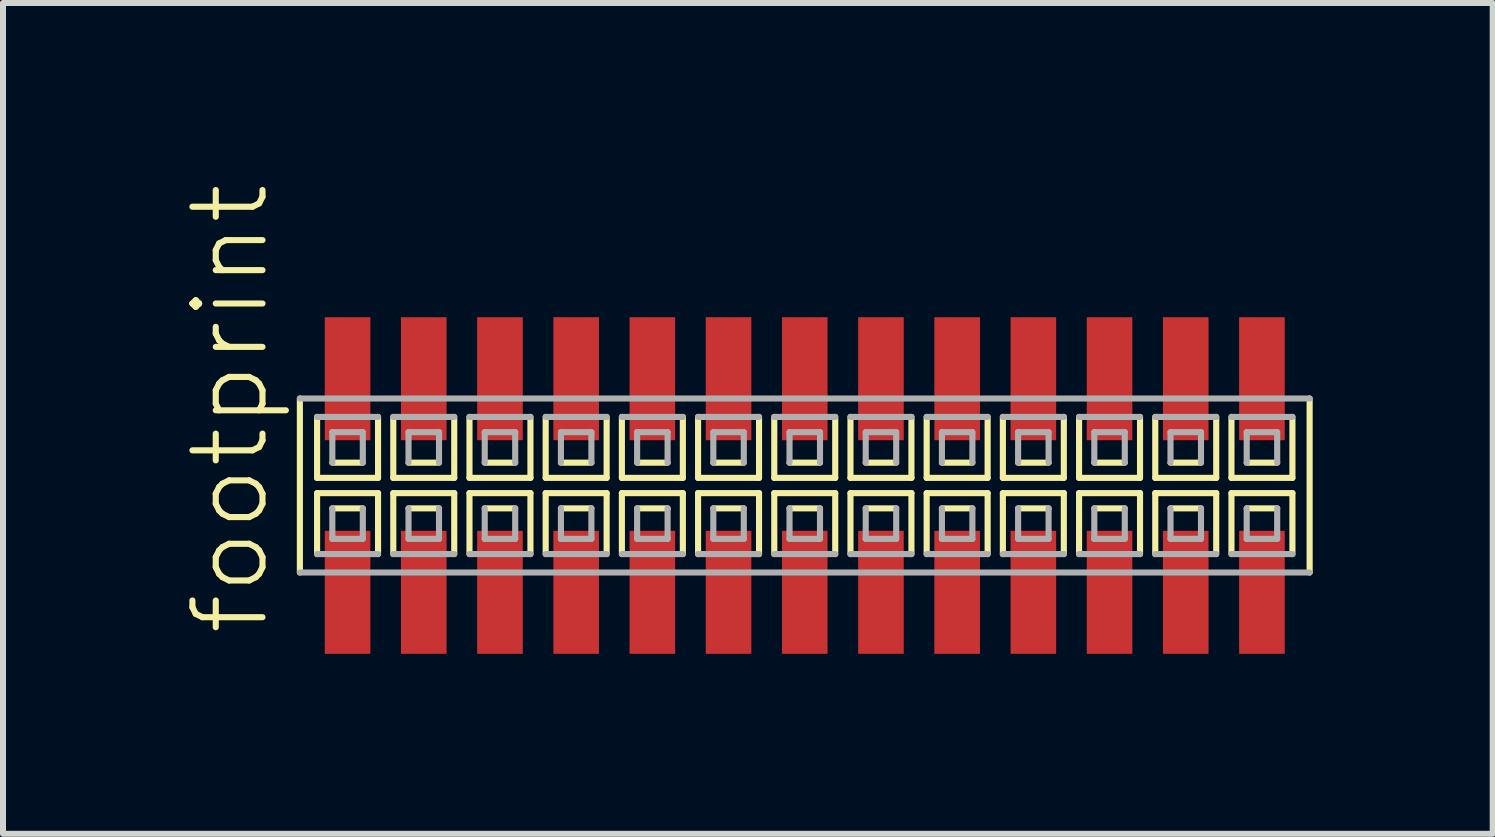
<source format=kicad_pcb>
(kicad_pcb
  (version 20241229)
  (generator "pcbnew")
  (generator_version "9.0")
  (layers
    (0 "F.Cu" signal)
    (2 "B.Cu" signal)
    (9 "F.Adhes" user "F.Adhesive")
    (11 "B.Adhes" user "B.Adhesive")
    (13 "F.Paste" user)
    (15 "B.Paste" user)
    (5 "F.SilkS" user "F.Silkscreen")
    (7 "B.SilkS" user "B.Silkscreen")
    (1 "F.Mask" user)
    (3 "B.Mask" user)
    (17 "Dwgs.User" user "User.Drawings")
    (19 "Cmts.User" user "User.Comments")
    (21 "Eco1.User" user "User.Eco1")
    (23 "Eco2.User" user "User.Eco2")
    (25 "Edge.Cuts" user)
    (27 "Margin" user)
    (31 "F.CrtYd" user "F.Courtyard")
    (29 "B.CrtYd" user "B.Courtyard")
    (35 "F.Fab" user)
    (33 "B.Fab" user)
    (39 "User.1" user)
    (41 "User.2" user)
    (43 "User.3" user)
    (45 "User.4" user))
  (footprint "footprint"
    (layer "F.Cu")
    (at 10.363 5.042)
    (property "Reference" "footprint" (at -8.89 2.54 90) (layer "F.SilkS") (effects (font (size 1.168 1.168) (thickness 0.102)) (justify left bottom)))
    (fp_line (start -8.415 -1.45) (end -8.415 1.45) (stroke (width 0.102) (type solid)) (layer "F.SilkS"))
    (fp_line (start -8.128 -1.143) (end -8.128 -0.127) (stroke (width 0.102) (type solid)) (layer "F.SilkS"))
    (fp_line (start -8.128 -0.127) (end -7.112 -0.127) (stroke (width 0.102) (type solid)) (layer "F.SilkS"))
    (fp_line (start -8.128 0.127) (end -8.128 1.143) (stroke (width 0.102) (type solid)) (layer "F.SilkS"))
    (fp_line (start -7.874 -0.381) (end -7.366 -0.381) (stroke (width 0.102) (type solid)) (layer "F.SilkS"))
    (fp_line (start -7.366 0.381) (end -7.874 0.381) (stroke (width 0.102) (type solid)) (layer "F.SilkS"))
    (fp_line (start -7.112 -0.127) (end -7.112 -1.143) (stroke (width 0.102) (type solid)) (layer "F.SilkS"))
    (fp_line (start -7.112 0.127) (end -8.128 0.127) (stroke (width 0.102) (type solid)) (layer "F.SilkS"))
    (fp_line (start -7.112 1.143) (end -7.112 0.127) (stroke (width 0.102) (type solid)) (layer "F.SilkS"))
    (fp_line (start -6.858 -1.143) (end -6.858 -0.127) (stroke (width 0.102) (type solid)) (layer "F.SilkS"))
    (fp_line (start -6.858 -0.127) (end -5.842 -0.127) (stroke (width 0.102) (type solid)) (layer "F.SilkS"))
    (fp_line (start -6.858 0.127) (end -6.858 1.143) (stroke (width 0.102) (type solid)) (layer "F.SilkS"))
    (fp_line (start -6.604 -0.381) (end -6.096 -0.381) (stroke (width 0.102) (type solid)) (layer "F.SilkS"))
    (fp_line (start -6.096 0.381) (end -6.604 0.381) (stroke (width 0.102) (type solid)) (layer "F.SilkS"))
    (fp_line (start -5.842 -0.127) (end -5.842 -1.143) (stroke (width 0.102) (type solid)) (layer "F.SilkS"))
    (fp_line (start -5.842 0.127) (end -6.858 0.127) (stroke (width 0.102) (type solid)) (layer "F.SilkS"))
    (fp_line (start -5.842 1.143) (end -5.842 0.127) (stroke (width 0.102) (type solid)) (layer "F.SilkS"))
    (fp_line (start -5.588 -1.143) (end -5.588 -0.127) (stroke (width 0.102) (type solid)) (layer "F.SilkS"))
    (fp_line (start -5.588 -0.127) (end -4.572 -0.127) (stroke (width 0.102) (type solid)) (layer "F.SilkS"))
    (fp_line (start -5.588 0.127) (end -5.588 1.143) (stroke (width 0.102) (type solid)) (layer "F.SilkS"))
    (fp_line (start -5.334 -0.381) (end -4.826 -0.381) (stroke (width 0.102) (type solid)) (layer "F.SilkS"))
    (fp_line (start -4.826 0.381) (end -5.334 0.381) (stroke (width 0.102) (type solid)) (layer "F.SilkS"))
    (fp_line (start -4.572 -0.127) (end -4.572 -1.143) (stroke (width 0.102) (type solid)) (layer "F.SilkS"))
    (fp_line (start -4.572 0.127) (end -5.588 0.127) (stroke (width 0.102) (type solid)) (layer "F.SilkS"))
    (fp_line (start -4.572 1.143) (end -4.572 0.127) (stroke (width 0.102) (type solid)) (layer "F.SilkS"))
    (fp_line (start -4.318 -1.143) (end -4.318 -0.127) (stroke (width 0.102) (type solid)) (layer "F.SilkS"))
    (fp_line (start -4.318 -0.127) (end -3.302 -0.127) (stroke (width 0.102) (type solid)) (layer "F.SilkS"))
    (fp_line (start -4.318 0.127) (end -4.318 1.143) (stroke (width 0.102) (type solid)) (layer "F.SilkS"))
    (fp_line (start -4.064 -0.381) (end -3.556 -0.381) (stroke (width 0.102) (type solid)) (layer "F.SilkS"))
    (fp_line (start -3.556 0.381) (end -4.064 0.381) (stroke (width 0.102) (type solid)) (layer "F.SilkS"))
    (fp_line (start -3.302 -0.127) (end -3.302 -1.143) (stroke (width 0.102) (type solid)) (layer "F.SilkS"))
    (fp_line (start -3.302 0.127) (end -4.318 0.127) (stroke (width 0.102) (type solid)) (layer "F.SilkS"))
    (fp_line (start -3.302 1.143) (end -3.302 0.127) (stroke (width 0.102) (type solid)) (layer "F.SilkS"))
    (fp_line (start -3.048 -1.143) (end -3.048 -0.127) (stroke (width 0.102) (type solid)) (layer "F.SilkS"))
    (fp_line (start -3.048 -0.127) (end -2.032 -0.127) (stroke (width 0.102) (type solid)) (layer "F.SilkS"))
    (fp_line (start -3.048 0.127) (end -3.048 1.143) (stroke (width 0.102) (type solid)) (layer "F.SilkS"))
    (fp_line (start -2.794 -0.381) (end -2.286 -0.381) (stroke (width 0.102) (type solid)) (layer "F.SilkS"))
    (fp_line (start -2.286 0.381) (end -2.794 0.381) (stroke (width 0.102) (type solid)) (layer "F.SilkS"))
    (fp_line (start -2.032 -0.127) (end -2.032 -1.143) (stroke (width 0.102) (type solid)) (layer "F.SilkS"))
    (fp_line (start -2.032 0.127) (end -3.048 0.127) (stroke (width 0.102) (type solid)) (layer "F.SilkS"))
    (fp_line (start -2.032 1.143) (end -2.032 0.127) (stroke (width 0.102) (type solid)) (layer "F.SilkS"))
    (fp_line (start -1.778 -1.143) (end -1.778 -0.127) (stroke (width 0.102) (type solid)) (layer "F.SilkS"))
    (fp_line (start -1.778 -0.127) (end -0.762 -0.127) (stroke (width 0.102) (type solid)) (layer "F.SilkS"))
    (fp_line (start -1.778 0.127) (end -1.778 1.143) (stroke (width 0.102) (type solid)) (layer "F.SilkS"))
    (fp_line (start -1.524 -0.381) (end -1.016 -0.381) (stroke (width 0.102) (type solid)) (layer "F.SilkS"))
    (fp_line (start -1.016 0.381) (end -1.524 0.381) (stroke (width 0.102) (type solid)) (layer "F.SilkS"))
    (fp_line (start -0.762 -0.127) (end -0.762 -1.143) (stroke (width 0.102) (type solid)) (layer "F.SilkS"))
    (fp_line (start -0.762 0.127) (end -1.778 0.127) (stroke (width 0.102) (type solid)) (layer "F.SilkS"))
    (fp_line (start -0.762 1.143) (end -0.762 0.127) (stroke (width 0.102) (type solid)) (layer "F.SilkS"))
    (fp_line (start -0.508 -1.143) (end -0.508 -0.127) (stroke (width 0.102) (type solid)) (layer "F.SilkS"))
    (fp_line (start -0.508 -0.127) (end 0.508 -0.127) (stroke (width 0.102) (type solid)) (layer "F.SilkS"))
    (fp_line (start -0.508 0.127) (end -0.508 1.143) (stroke (width 0.102) (type solid)) (layer "F.SilkS"))
    (fp_line (start -0.254 -0.381) (end 0.254 -0.381) (stroke (width 0.102) (type solid)) (layer "F.SilkS"))
    (fp_line (start 0.254 0.381) (end -0.254 0.381) (stroke (width 0.102) (type solid)) (layer "F.SilkS"))
    (fp_line (start 0.508 -0.127) (end 0.508 -1.143) (stroke (width 0.102) (type solid)) (layer "F.SilkS"))
    (fp_line (start 0.508 0.127) (end -0.508 0.127) (stroke (width 0.102) (type solid)) (layer "F.SilkS"))
    (fp_line (start 0.508 1.143) (end 0.508 0.127) (stroke (width 0.102) (type solid)) (layer "F.SilkS"))
    (fp_line (start 0.762 -1.143) (end 0.762 -0.127) (stroke (width 0.102) (type solid)) (layer "F.SilkS"))
    (fp_line (start 0.762 -0.127) (end 1.778 -0.127) (stroke (width 0.102) (type solid)) (layer "F.SilkS"))
    (fp_line (start 0.762 0.127) (end 0.762 1.143) (stroke (width 0.102) (type solid)) (layer "F.SilkS"))
    (fp_line (start 1.016 -0.381) (end 1.524 -0.381) (stroke (width 0.102) (type solid)) (layer "F.SilkS"))
    (fp_line (start 1.524 0.381) (end 1.016 0.381) (stroke (width 0.102) (type solid)) (layer "F.SilkS"))
    (fp_line (start 1.778 -0.127) (end 1.778 -1.143) (stroke (width 0.102) (type solid)) (layer "F.SilkS"))
    (fp_line (start 1.778 0.127) (end 0.762 0.127) (stroke (width 0.102) (type solid)) (layer "F.SilkS"))
    (fp_line (start 1.778 1.143) (end 1.778 0.127) (stroke (width 0.102) (type solid)) (layer "F.SilkS"))
    (fp_line (start 2.032 -1.143) (end 2.032 -0.127) (stroke (width 0.102) (type solid)) (layer "F.SilkS"))
    (fp_line (start 2.032 -0.127) (end 3.048 -0.127) (stroke (width 0.102) (type solid)) (layer "F.SilkS"))
    (fp_line (start 2.032 0.127) (end 2.032 1.143) (stroke (width 0.102) (type solid)) (layer "F.SilkS"))
    (fp_line (start 2.286 -0.381) (end 2.794 -0.381) (stroke (width 0.102) (type solid)) (layer "F.SilkS"))
    (fp_line (start 2.794 0.381) (end 2.286 0.381) (stroke (width 0.102) (type solid)) (layer "F.SilkS"))
    (fp_line (start 3.048 -0.127) (end 3.048 -1.143) (stroke (width 0.102) (type solid)) (layer "F.SilkS"))
    (fp_line (start 3.048 0.127) (end 2.032 0.127) (stroke (width 0.102) (type solid)) (layer "F.SilkS"))
    (fp_line (start 3.048 1.143) (end 3.048 0.127) (stroke (width 0.102) (type solid)) (layer "F.SilkS"))
    (fp_line (start 3.302 -1.143) (end 3.302 -0.127) (stroke (width 0.102) (type solid)) (layer "F.SilkS"))
    (fp_line (start 3.302 -0.127) (end 4.318 -0.127) (stroke (width 0.102) (type solid)) (layer "F.SilkS"))
    (fp_line (start 3.302 0.127) (end 3.302 1.143) (stroke (width 0.102) (type solid)) (layer "F.SilkS"))
    (fp_line (start 3.556 -0.381) (end 4.064 -0.381) (stroke (width 0.102) (type solid)) (layer "F.SilkS"))
    (fp_line (start 4.064 0.381) (end 3.556 0.381) (stroke (width 0.102) (type solid)) (layer "F.SilkS"))
    (fp_line (start 4.318 -0.127) (end 4.318 -1.143) (stroke (width 0.102) (type solid)) (layer "F.SilkS"))
    (fp_line (start 4.318 0.127) (end 3.302 0.127) (stroke (width 0.102) (type solid)) (layer "F.SilkS"))
    (fp_line (start 4.318 1.143) (end 4.318 0.127) (stroke (width 0.102) (type solid)) (layer "F.SilkS"))
    (fp_line (start 4.572 -1.143) (end 4.572 -0.127) (stroke (width 0.102) (type solid)) (layer "F.SilkS"))
    (fp_line (start 4.572 -0.127) (end 5.588 -0.127) (stroke (width 0.102) (type solid)) (layer "F.SilkS"))
    (fp_line (start 4.572 0.127) (end 4.572 1.143) (stroke (width 0.102) (type solid)) (layer "F.SilkS"))
    (fp_line (start 4.826 -0.381) (end 5.334 -0.381) (stroke (width 0.102) (type solid)) (layer "F.SilkS"))
    (fp_line (start 5.334 0.381) (end 4.826 0.381) (stroke (width 0.102) (type solid)) (layer "F.SilkS"))
    (fp_line (start 5.588 -0.127) (end 5.588 -1.143) (stroke (width 0.102) (type solid)) (layer "F.SilkS"))
    (fp_line (start 5.588 0.127) (end 4.572 0.127) (stroke (width 0.102) (type solid)) (layer "F.SilkS"))
    (fp_line (start 5.588 1.143) (end 5.588 0.127) (stroke (width 0.102) (type solid)) (layer "F.SilkS"))
    (fp_line (start 5.842 -1.143) (end 5.842 -0.127) (stroke (width 0.102) (type solid)) (layer "F.SilkS"))
    (fp_line (start 5.842 -0.127) (end 6.858 -0.127) (stroke (width 0.102) (type solid)) (layer "F.SilkS"))
    (fp_line (start 5.842 0.127) (end 5.842 1.143) (stroke (width 0.102) (type solid)) (layer "F.SilkS"))
    (fp_line (start 6.096 -0.381) (end 6.604 -0.381) (stroke (width 0.102) (type solid)) (layer "F.SilkS"))
    (fp_line (start 6.604 0.381) (end 6.096 0.381) (stroke (width 0.102) (type solid)) (layer "F.SilkS"))
    (fp_line (start 6.858 -0.127) (end 6.858 -1.143) (stroke (width 0.102) (type solid)) (layer "F.SilkS"))
    (fp_line (start 6.858 0.127) (end 5.842 0.127) (stroke (width 0.102) (type solid)) (layer "F.SilkS"))
    (fp_line (start 6.858 1.143) (end 6.858 0.127) (stroke (width 0.102) (type solid)) (layer "F.SilkS"))
    (fp_line (start 7.112 -1.143) (end 7.112 -0.127) (stroke (width 0.102) (type solid)) (layer "F.SilkS"))
    (fp_line (start 7.112 -0.127) (end 8.128 -0.127) (stroke (width 0.102) (type solid)) (layer "F.SilkS"))
    (fp_line (start 7.112 0.127) (end 7.112 1.143) (stroke (width 0.102) (type solid)) (layer "F.SilkS"))
    (fp_line (start 7.366 -0.381) (end 7.874 -0.381) (stroke (width 0.102) (type solid)) (layer "F.SilkS"))
    (fp_line (start 7.874 0.381) (end 7.366 0.381) (stroke (width 0.102) (type solid)) (layer "F.SilkS"))
    (fp_line (start 8.128 -0.127) (end 8.128 -1.143) (stroke (width 0.102) (type solid)) (layer "F.SilkS"))
    (fp_line (start 8.128 0.127) (end 7.112 0.127) (stroke (width 0.102) (type solid)) (layer "F.SilkS"))
    (fp_line (start 8.128 1.143) (end 8.128 0.127) (stroke (width 0.102) (type solid)) (layer "F.SilkS"))
    (fp_line (start 8.415 1.45) (end 8.415 -1.45) (stroke (width 0.102) (type solid)) (layer "F.SilkS"))
    (fp_line (start -8.415 1.45) (end 8.415 1.45) (stroke (width 0.102) (type solid)) (layer "F.Fab"))
    (fp_line (start -8.128 1.143) (end -7.112 1.143) (stroke (width 0.102) (type solid)) (layer "F.Fab"))
    (fp_line (start -7.874 -0.889) (end -7.874 -0.381) (stroke (width 0.102) (type solid)) (layer "F.Fab"))
    (fp_line (start -7.874 0.381) (end -7.874 0.889) (stroke (width 0.102) (type solid)) (layer "F.Fab"))
    (fp_line (start -7.874 0.889) (end -7.366 0.889) (stroke (width 0.102) (type solid)) (layer "F.Fab"))
    (fp_line (start -7.366 -0.889) (end -7.874 -0.889) (stroke (width 0.102) (type solid)) (layer "F.Fab"))
    (fp_line (start -7.366 -0.381) (end -7.366 -0.889) (stroke (width 0.102) (type solid)) (layer "F.Fab"))
    (fp_line (start -7.366 0.889) (end -7.366 0.381) (stroke (width 0.102) (type solid)) (layer "F.Fab"))
    (fp_line (start -7.112 -1.143) (end -8.128 -1.143) (stroke (width 0.102) (type solid)) (layer "F.Fab"))
    (fp_line (start -6.858 1.143) (end -5.842 1.143) (stroke (width 0.102) (type solid)) (layer "F.Fab"))
    (fp_line (start -6.604 -0.889) (end -6.604 -0.381) (stroke (width 0.102) (type solid)) (layer "F.Fab"))
    (fp_line (start -6.604 0.381) (end -6.604 0.889) (stroke (width 0.102) (type solid)) (layer "F.Fab"))
    (fp_line (start -6.604 0.889) (end -6.096 0.889) (stroke (width 0.102) (type solid)) (layer "F.Fab"))
    (fp_line (start -6.096 -0.889) (end -6.604 -0.889) (stroke (width 0.102) (type solid)) (layer "F.Fab"))
    (fp_line (start -6.096 -0.381) (end -6.096 -0.889) (stroke (width 0.102) (type solid)) (layer "F.Fab"))
    (fp_line (start -6.096 0.889) (end -6.096 0.381) (stroke (width 0.102) (type solid)) (layer "F.Fab"))
    (fp_line (start -5.842 -1.143) (end -6.858 -1.143) (stroke (width 0.102) (type solid)) (layer "F.Fab"))
    (fp_line (start -5.588 1.143) (end -4.572 1.143) (stroke (width 0.102) (type solid)) (layer "F.Fab"))
    (fp_line (start -5.334 -0.889) (end -5.334 -0.381) (stroke (width 0.102) (type solid)) (layer "F.Fab"))
    (fp_line (start -5.334 0.381) (end -5.334 0.889) (stroke (width 0.102) (type solid)) (layer "F.Fab"))
    (fp_line (start -5.334 0.889) (end -4.826 0.889) (stroke (width 0.102) (type solid)) (layer "F.Fab"))
    (fp_line (start -4.826 -0.889) (end -5.334 -0.889) (stroke (width 0.102) (type solid)) (layer "F.Fab"))
    (fp_line (start -4.826 -0.381) (end -4.826 -0.889) (stroke (width 0.102) (type solid)) (layer "F.Fab"))
    (fp_line (start -4.826 0.889) (end -4.826 0.381) (stroke (width 0.102) (type solid)) (layer "F.Fab"))
    (fp_line (start -4.572 -1.143) (end -5.588 -1.143) (stroke (width 0.102) (type solid)) (layer "F.Fab"))
    (fp_line (start -4.318 1.143) (end -3.302 1.143) (stroke (width 0.102) (type solid)) (layer "F.Fab"))
    (fp_line (start -4.064 -0.889) (end -4.064 -0.381) (stroke (width 0.102) (type solid)) (layer "F.Fab"))
    (fp_line (start -4.064 0.381) (end -4.064 0.889) (stroke (width 0.102) (type solid)) (layer "F.Fab"))
    (fp_line (start -4.064 0.889) (end -3.556 0.889) (stroke (width 0.102) (type solid)) (layer "F.Fab"))
    (fp_line (start -3.556 -0.889) (end -4.064 -0.889) (stroke (width 0.102) (type solid)) (layer "F.Fab"))
    (fp_line (start -3.556 -0.381) (end -3.556 -0.889) (stroke (width 0.102) (type solid)) (layer "F.Fab"))
    (fp_line (start -3.556 0.889) (end -3.556 0.381) (stroke (width 0.102) (type solid)) (layer "F.Fab"))
    (fp_line (start -3.302 -1.143) (end -4.318 -1.143) (stroke (width 0.102) (type solid)) (layer "F.Fab"))
    (fp_line (start -3.048 1.143) (end -2.032 1.143) (stroke (width 0.102) (type solid)) (layer "F.Fab"))
    (fp_line (start -2.794 -0.889) (end -2.794 -0.381) (stroke (width 0.102) (type solid)) (layer "F.Fab"))
    (fp_line (start -2.794 0.381) (end -2.794 0.889) (stroke (width 0.102) (type solid)) (layer "F.Fab"))
    (fp_line (start -2.794 0.889) (end -2.286 0.889) (stroke (width 0.102) (type solid)) (layer "F.Fab"))
    (fp_line (start -2.286 -0.889) (end -2.794 -0.889) (stroke (width 0.102) (type solid)) (layer "F.Fab"))
    (fp_line (start -2.286 -0.381) (end -2.286 -0.889) (stroke (width 0.102) (type solid)) (layer "F.Fab"))
    (fp_line (start -2.286 0.889) (end -2.286 0.381) (stroke (width 0.102) (type solid)) (layer "F.Fab"))
    (fp_line (start -2.032 -1.143) (end -3.048 -1.143) (stroke (width 0.102) (type solid)) (layer "F.Fab"))
    (fp_line (start -1.778 1.143) (end -0.762 1.143) (stroke (width 0.102) (type solid)) (layer "F.Fab"))
    (fp_line (start -1.524 -0.889) (end -1.524 -0.381) (stroke (width 0.102) (type solid)) (layer "F.Fab"))
    (fp_line (start -1.524 0.381) (end -1.524 0.889) (stroke (width 0.102) (type solid)) (layer "F.Fab"))
    (fp_line (start -1.524 0.889) (end -1.016 0.889) (stroke (width 0.102) (type solid)) (layer "F.Fab"))
    (fp_line (start -1.016 -0.889) (end -1.524 -0.889) (stroke (width 0.102) (type solid)) (layer "F.Fab"))
    (fp_line (start -1.016 -0.381) (end -1.016 -0.889) (stroke (width 0.102) (type solid)) (layer "F.Fab"))
    (fp_line (start -1.016 0.889) (end -1.016 0.381) (stroke (width 0.102) (type solid)) (layer "F.Fab"))
    (fp_line (start -0.762 -1.143) (end -1.778 -1.143) (stroke (width 0.102) (type solid)) (layer "F.Fab"))
    (fp_line (start -0.508 1.143) (end 0.508 1.143) (stroke (width 0.102) (type solid)) (layer "F.Fab"))
    (fp_line (start -0.254 -0.889) (end -0.254 -0.381) (stroke (width 0.102) (type solid)) (layer "F.Fab"))
    (fp_line (start -0.254 0.381) (end -0.254 0.889) (stroke (width 0.102) (type solid)) (layer "F.Fab"))
    (fp_line (start -0.254 0.889) (end 0.254 0.889) (stroke (width 0.102) (type solid)) (layer "F.Fab"))
    (fp_line (start 0.254 -0.889) (end -0.254 -0.889) (stroke (width 0.102) (type solid)) (layer "F.Fab"))
    (fp_line (start 0.254 -0.381) (end 0.254 -0.889) (stroke (width 0.102) (type solid)) (layer "F.Fab"))
    (fp_line (start 0.254 0.889) (end 0.254 0.381) (stroke (width 0.102) (type solid)) (layer "F.Fab"))
    (fp_line (start 0.508 -1.143) (end -0.508 -1.143) (stroke (width 0.102) (type solid)) (layer "F.Fab"))
    (fp_line (start 0.762 1.143) (end 1.778 1.143) (stroke (width 0.102) (type solid)) (layer "F.Fab"))
    (fp_line (start 1.016 -0.889) (end 1.016 -0.381) (stroke (width 0.102) (type solid)) (layer "F.Fab"))
    (fp_line (start 1.016 0.381) (end 1.016 0.889) (stroke (width 0.102) (type solid)) (layer "F.Fab"))
    (fp_line (start 1.016 0.889) (end 1.524 0.889) (stroke (width 0.102) (type solid)) (layer "F.Fab"))
    (fp_line (start 1.524 -0.889) (end 1.016 -0.889) (stroke (width 0.102) (type solid)) (layer "F.Fab"))
    (fp_line (start 1.524 -0.381) (end 1.524 -0.889) (stroke (width 0.102) (type solid)) (layer "F.Fab"))
    (fp_line (start 1.524 0.889) (end 1.524 0.381) (stroke (width 0.102) (type solid)) (layer "F.Fab"))
    (fp_line (start 1.778 -1.143) (end 0.762 -1.143) (stroke (width 0.102) (type solid)) (layer "F.Fab"))
    (fp_line (start 2.032 1.143) (end 3.048 1.143) (stroke (width 0.102) (type solid)) (layer "F.Fab"))
    (fp_line (start 2.286 -0.889) (end 2.286 -0.381) (stroke (width 0.102) (type solid)) (layer "F.Fab"))
    (fp_line (start 2.286 0.381) (end 2.286 0.889) (stroke (width 0.102) (type solid)) (layer "F.Fab"))
    (fp_line (start 2.286 0.889) (end 2.794 0.889) (stroke (width 0.102) (type solid)) (layer "F.Fab"))
    (fp_line (start 2.794 -0.889) (end 2.286 -0.889) (stroke (width 0.102) (type solid)) (layer "F.Fab"))
    (fp_line (start 2.794 -0.381) (end 2.794 -0.889) (stroke (width 0.102) (type solid)) (layer "F.Fab"))
    (fp_line (start 2.794 0.889) (end 2.794 0.381) (stroke (width 0.102) (type solid)) (layer "F.Fab"))
    (fp_line (start 3.048 -1.143) (end 2.032 -1.143) (stroke (width 0.102) (type solid)) (layer "F.Fab"))
    (fp_line (start 3.302 1.143) (end 4.318 1.143) (stroke (width 0.102) (type solid)) (layer "F.Fab"))
    (fp_line (start 3.556 -0.889) (end 3.556 -0.381) (stroke (width 0.102) (type solid)) (layer "F.Fab"))
    (fp_line (start 3.556 0.381) (end 3.556 0.889) (stroke (width 0.102) (type solid)) (layer "F.Fab"))
    (fp_line (start 3.556 0.889) (end 4.064 0.889) (stroke (width 0.102) (type solid)) (layer "F.Fab"))
    (fp_line (start 4.064 -0.889) (end 3.556 -0.889) (stroke (width 0.102) (type solid)) (layer "F.Fab"))
    (fp_line (start 4.064 -0.381) (end 4.064 -0.889) (stroke (width 0.102) (type solid)) (layer "F.Fab"))
    (fp_line (start 4.064 0.889) (end 4.064 0.381) (stroke (width 0.102) (type solid)) (layer "F.Fab"))
    (fp_line (start 4.318 -1.143) (end 3.302 -1.143) (stroke (width 0.102) (type solid)) (layer "F.Fab"))
    (fp_line (start 4.572 1.143) (end 5.588 1.143) (stroke (width 0.102) (type solid)) (layer "F.Fab"))
    (fp_line (start 4.826 -0.889) (end 4.826 -0.381) (stroke (width 0.102) (type solid)) (layer "F.Fab"))
    (fp_line (start 4.826 0.381) (end 4.826 0.889) (stroke (width 0.102) (type solid)) (layer "F.Fab"))
    (fp_line (start 4.826 0.889) (end 5.334 0.889) (stroke (width 0.102) (type solid)) (layer "F.Fab"))
    (fp_line (start 5.334 -0.889) (end 4.826 -0.889) (stroke (width 0.102) (type solid)) (layer "F.Fab"))
    (fp_line (start 5.334 -0.381) (end 5.334 -0.889) (stroke (width 0.102) (type solid)) (layer "F.Fab"))
    (fp_line (start 5.334 0.889) (end 5.334 0.381) (stroke (width 0.102) (type solid)) (layer "F.Fab"))
    (fp_line (start 5.588 -1.143) (end 4.572 -1.143) (stroke (width 0.102) (type solid)) (layer "F.Fab"))
    (fp_line (start 5.842 1.143) (end 6.858 1.143) (stroke (width 0.102) (type solid)) (layer "F.Fab"))
    (fp_line (start 6.096 -0.889) (end 6.096 -0.381) (stroke (width 0.102) (type solid)) (layer "F.Fab"))
    (fp_line (start 6.096 0.381) (end 6.096 0.889) (stroke (width 0.102) (type solid)) (layer "F.Fab"))
    (fp_line (start 6.096 0.889) (end 6.604 0.889) (stroke (width 0.102) (type solid)) (layer "F.Fab"))
    (fp_line (start 6.604 -0.889) (end 6.096 -0.889) (stroke (width 0.102) (type solid)) (layer "F.Fab"))
    (fp_line (start 6.604 -0.381) (end 6.604 -0.889) (stroke (width 0.102) (type solid)) (layer "F.Fab"))
    (fp_line (start 6.604 0.889) (end 6.604 0.381) (stroke (width 0.102) (type solid)) (layer "F.Fab"))
    (fp_line (start 6.858 -1.143) (end 5.842 -1.143) (stroke (width 0.102) (type solid)) (layer "F.Fab"))
    (fp_line (start 7.112 1.143) (end 8.128 1.143) (stroke (width 0.102) (type solid)) (layer "F.Fab"))
    (fp_line (start 7.366 -0.889) (end 7.366 -0.381) (stroke (width 0.102) (type solid)) (layer "F.Fab"))
    (fp_line (start 7.366 0.381) (end 7.366 0.889) (stroke (width 0.102) (type solid)) (layer "F.Fab"))
    (fp_line (start 7.366 0.889) (end 7.874 0.889) (stroke (width 0.102) (type solid)) (layer "F.Fab"))
    (fp_line (start 7.874 -0.889) (end 7.366 -0.889) (stroke (width 0.102) (type solid)) (layer "F.Fab"))
    (fp_line (start 7.874 -0.381) (end 7.874 -0.889) (stroke (width 0.102) (type solid)) (layer "F.Fab"))
    (fp_line (start 7.874 0.889) (end 7.874 0.381) (stroke (width 0.102) (type solid)) (layer "F.Fab"))
    (fp_line (start 8.128 -1.143) (end 7.112 -1.143) (stroke (width 0.102) (type solid)) (layer "F.Fab"))
    (fp_line (start 8.415 -1.45) (end -8.415 -1.45) (stroke (width 0.102) (type solid)) (layer "F.Fab"))
    (pad "1" smd rect (at -7.62 1.78) (size 0.76 2.05) (layers "F.Cu" "F.Mask" "F.Paste"))
    (pad "2" smd rect (at -7.62 -1.78) (size 0.76 2.05) (layers "F.Cu" "F.Mask" "F.Paste"))
    (pad "3" smd rect (at -6.35 1.78) (size 0.76 2.05) (layers "F.Cu" "F.Mask" "F.Paste"))
    (pad "4" smd rect (at -6.35 -1.78) (size 0.76 2.05) (layers "F.Cu" "F.Mask" "F.Paste"))
    (pad "5" smd rect (at -5.08 1.78) (size 0.76 2.05) (layers "F.Cu" "F.Mask" "F.Paste"))
    (pad "6" smd rect (at -5.08 -1.78) (size 0.76 2.05) (layers "F.Cu" "F.Mask" "F.Paste"))
    (pad "7" smd rect (at -3.81 1.78) (size 0.76 2.05) (layers "F.Cu" "F.Mask" "F.Paste"))
    (pad "8" smd rect (at -3.81 -1.78) (size 0.76 2.05) (layers "F.Cu" "F.Mask" "F.Paste"))
    (pad "9" smd rect (at -2.54 1.78) (size 0.76 2.05) (layers "F.Cu" "F.Mask" "F.Paste"))
    (pad "10" smd rect (at -2.54 -1.78) (size 0.76 2.05) (layers "F.Cu" "F.Mask" "F.Paste"))
    (pad "11" smd rect (at -1.27 1.78) (size 0.76 2.05) (layers "F.Cu" "F.Mask" "F.Paste"))
    (pad "12" smd rect (at -1.27 -1.78) (size 0.76 2.05) (layers "F.Cu" "F.Mask" "F.Paste"))
    (pad "13" smd rect (at 0 1.78) (size 0.76 2.05) (layers "F.Cu" "F.Mask" "F.Paste"))
    (pad "14" smd rect (at 0 -1.78) (size 0.76 2.05) (layers "F.Cu" "F.Mask" "F.Paste"))
    (pad "15" smd rect (at 1.27 1.78) (size 0.76 2.05) (layers "F.Cu" "F.Mask" "F.Paste"))
    (pad "16" smd rect (at 1.27 -1.78) (size 0.76 2.05) (layers "F.Cu" "F.Mask" "F.Paste"))
    (pad "17" smd rect (at 2.54 1.78) (size 0.76 2.05) (layers "F.Cu" "F.Mask" "F.Paste"))
    (pad "18" smd rect (at 2.54 -1.78) (size 0.76 2.05) (layers "F.Cu" "F.Mask" "F.Paste"))
    (pad "19" smd rect (at 3.81 1.78) (size 0.76 2.05) (layers "F.Cu" "F.Mask" "F.Paste"))
    (pad "20" smd rect (at 3.81 -1.78) (size 0.76 2.05) (layers "F.Cu" "F.Mask" "F.Paste"))
    (pad "21" smd rect (at 5.08 1.78) (size 0.76 2.05) (layers "F.Cu" "F.Mask" "F.Paste"))
    (pad "22" smd rect (at 5.08 -1.78) (size 0.76 2.05) (layers "F.Cu" "F.Mask" "F.Paste"))
    (pad "23" smd rect (at 6.35 1.78) (size 0.76 2.05) (layers "F.Cu" "F.Mask" "F.Paste"))
    (pad "24" smd rect (at 6.35 -1.78) (size 0.76 2.05) (layers "F.Cu" "F.Mask" "F.Paste"))
    (pad "25" smd rect (at 7.62 1.78) (size 0.76 2.05) (layers "F.Cu" "F.Mask" "F.Paste"))
    (pad "26" smd rect (at 7.62 -1.78) (size 0.76 2.05) (layers "F.Cu" "F.Mask" "F.Paste")))
  (gr_rect
    (start -3 -3)
    (end 21.829 10.847)
    (stroke (width 0.1) (type default))
    (fill no)
    (layer "Edge.Cuts")))
</source>
